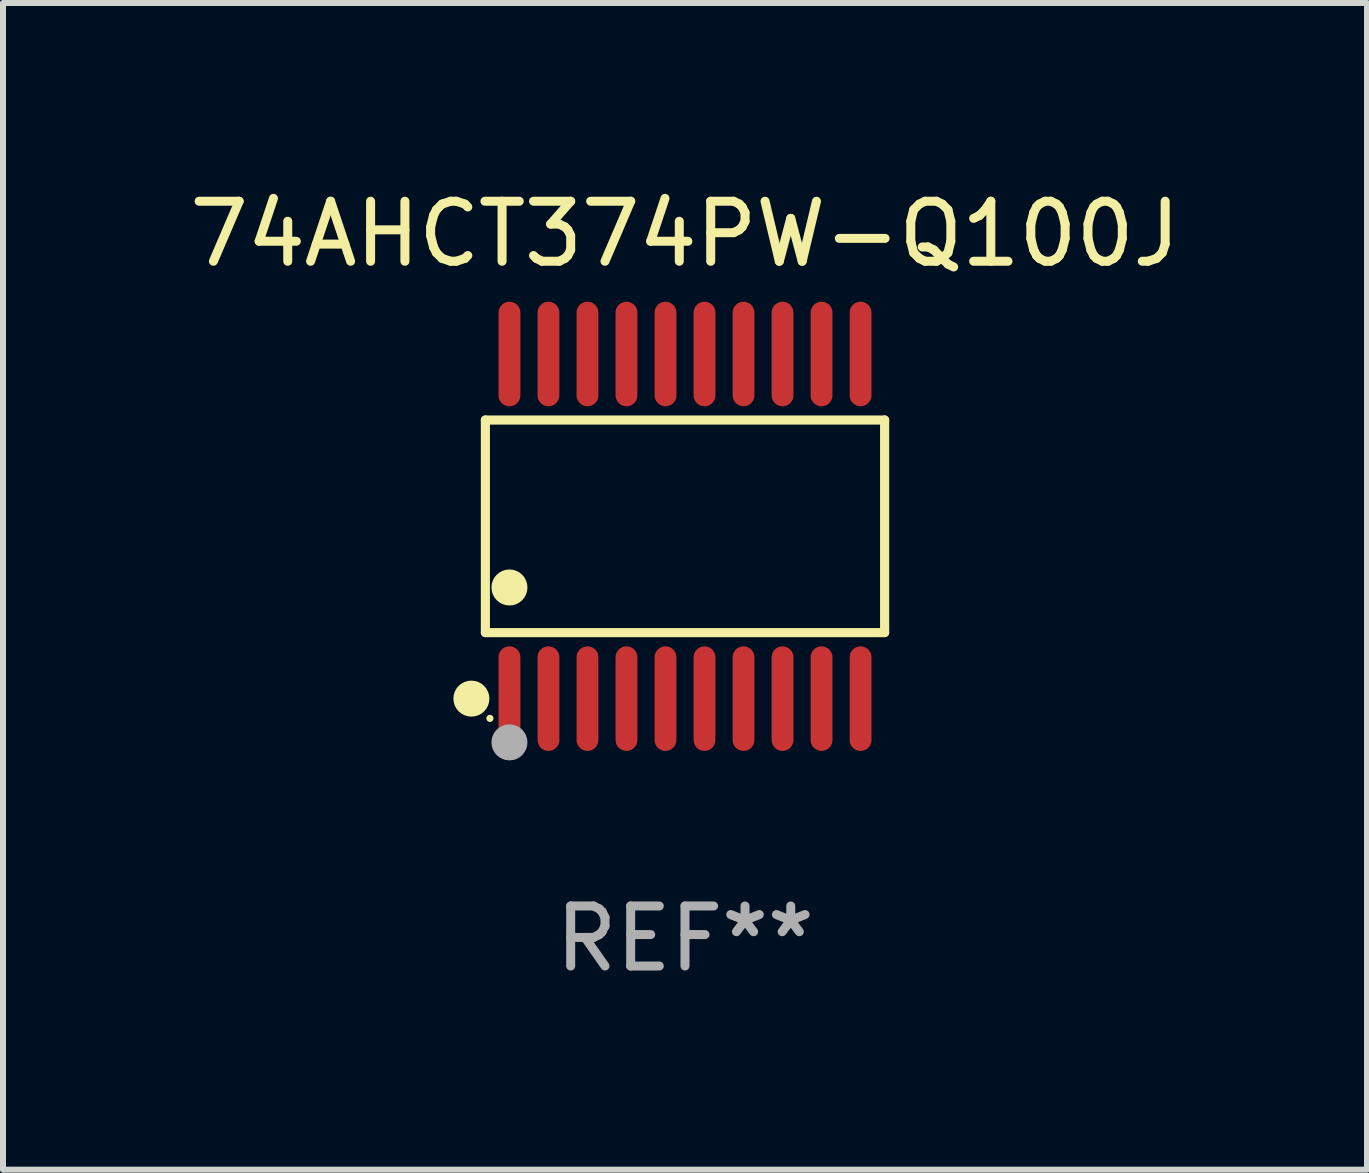
<source format=kicad_pcb>
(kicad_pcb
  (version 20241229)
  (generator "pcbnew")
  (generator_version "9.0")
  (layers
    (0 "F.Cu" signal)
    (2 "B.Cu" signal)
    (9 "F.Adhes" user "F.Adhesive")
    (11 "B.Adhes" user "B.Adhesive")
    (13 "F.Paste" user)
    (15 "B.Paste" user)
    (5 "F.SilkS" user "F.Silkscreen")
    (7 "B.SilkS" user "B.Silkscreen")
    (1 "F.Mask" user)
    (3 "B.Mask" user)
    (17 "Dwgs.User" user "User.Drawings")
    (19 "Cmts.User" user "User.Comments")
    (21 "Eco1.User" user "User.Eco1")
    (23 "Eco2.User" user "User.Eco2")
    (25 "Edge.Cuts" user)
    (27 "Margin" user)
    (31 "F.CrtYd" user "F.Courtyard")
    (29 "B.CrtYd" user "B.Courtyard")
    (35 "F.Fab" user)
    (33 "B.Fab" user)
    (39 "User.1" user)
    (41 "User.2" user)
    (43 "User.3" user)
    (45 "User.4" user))
  (footprint "74AHCT374PW-Q100J"
    (layer "F.Cu")
    (at 8.363 5.719)
    (property "Reference" "74AHCT374PW-Q100J" (at 0 -4.871 0) (layer "F.SilkS") (effects (font (size 1 1) (thickness 0.15))))
    (attr through_hole)
    (fp_line (start -3.326 -1.771) (end 3.326 -1.771) (stroke (width 0.152) (type solid)) (layer "F.SilkS"))
    (fp_line (start -3.326 1.771) (end -3.326 -1.771) (stroke (width 0.152) (type solid)) (layer "F.SilkS"))
    (fp_line (start 3.326 -1.771) (end 3.326 1.771) (stroke (width 0.152) (type solid)) (layer "F.SilkS"))
    (fp_line (start 3.326 1.771) (end -3.326 1.771) (stroke (width 0.152) (type solid)) (layer "F.SilkS"))
    (fp_circle (center -3.559 2.871) (end -3.409 2.871) (stroke (width 0.3) (type solid)) (fill no) (layer "F.SilkS"))
    (fp_circle (center -3.25 3.2) (end -3.22 3.2) (stroke (width 0.06) (type solid)) (fill no) (layer "F.SilkS"))
    (fp_circle (center -2.925 1.019) (end -2.775 1.019) (stroke (width 0.3) (type solid)) (fill no) (layer "F.SilkS"))
    (fp_circle (center -2.925 3.6) (end -2.775 3.6) (stroke (width 0.3) (type solid)) (fill no) (layer "F.Fab"))
    (fp_text user "REF**" (at 0 6.871 0) (layer "F.Fab") (effects (font (size 1 1) (thickness 0.15))))
    (pad "1" smd oval (at -2.925 2.871) (size 0.364 1.742) (layers "F.Cu" "F.Mask" "F.Paste"))
    (pad "2" smd oval (at -2.275 2.871) (size 0.364 1.742) (layers "F.Cu" "F.Mask" "F.Paste"))
    (pad "3" smd oval (at -1.625 2.871) (size 0.364 1.742) (layers "F.Cu" "F.Mask" "F.Paste"))
    (pad "4" smd oval (at -0.975 2.871) (size 0.364 1.742) (layers "F.Cu" "F.Mask" "F.Paste"))
    (pad "5" smd oval (at -0.325 2.871) (size 0.364 1.742) (layers "F.Cu" "F.Mask" "F.Paste"))
    (pad "6" smd oval (at 0.325 2.871) (size 0.364 1.742) (layers "F.Cu" "F.Mask" "F.Paste"))
    (pad "7" smd oval (at 0.975 2.871) (size 0.364 1.742) (layers "F.Cu" "F.Mask" "F.Paste"))
    (pad "8" smd oval (at 1.625 2.871) (size 0.364 1.742) (layers "F.Cu" "F.Mask" "F.Paste"))
    (pad "9" smd oval (at 2.275 2.871) (size 0.364 1.742) (layers "F.Cu" "F.Mask" "F.Paste"))
    (pad "10" smd oval (at 2.925 2.871) (size 0.364 1.742) (layers "F.Cu" "F.Mask" "F.Paste"))
    (pad "11" smd oval (at 2.925 -2.871) (size 0.364 1.742) (layers "F.Cu" "F.Mask" "F.Paste"))
    (pad "12" smd oval (at 2.275 -2.871) (size 0.364 1.742) (layers "F.Cu" "F.Mask" "F.Paste"))
    (pad "13" smd oval (at 1.625 -2.871) (size 0.364 1.742) (layers "F.Cu" "F.Mask" "F.Paste"))
    (pad "14" smd oval (at 0.975 -2.871) (size 0.364 1.742) (layers "F.Cu" "F.Mask" "F.Paste"))
    (pad "15" smd oval (at 0.325 -2.871) (size 0.364 1.742) (layers "F.Cu" "F.Mask" "F.Paste"))
    (pad "16" smd oval (at -0.325 -2.871) (size 0.364 1.742) (layers "F.Cu" "F.Mask" "F.Paste"))
    (pad "17" smd oval (at -0.975 -2.871) (size 0.364 1.742) (layers "F.Cu" "F.Mask" "F.Paste"))
    (pad "18" smd oval (at -1.625 -2.871) (size 0.364 1.742) (layers "F.Cu" "F.Mask" "F.Paste"))
    (pad "19" smd oval (at -2.275 -2.871) (size 0.364 1.742) (layers "F.Cu" "F.Mask" "F.Paste"))
    (pad "20" smd oval (at -2.925 -2.871) (size 0.364 1.742) (layers "F.Cu" "F.Mask" "F.Paste")))
  (gr_rect
    (start -3 -3)
    (end 19.726 16.438)
    (stroke (width 0.1) (type default))
    (fill no)
    (layer "Edge.Cuts")))
</source>
